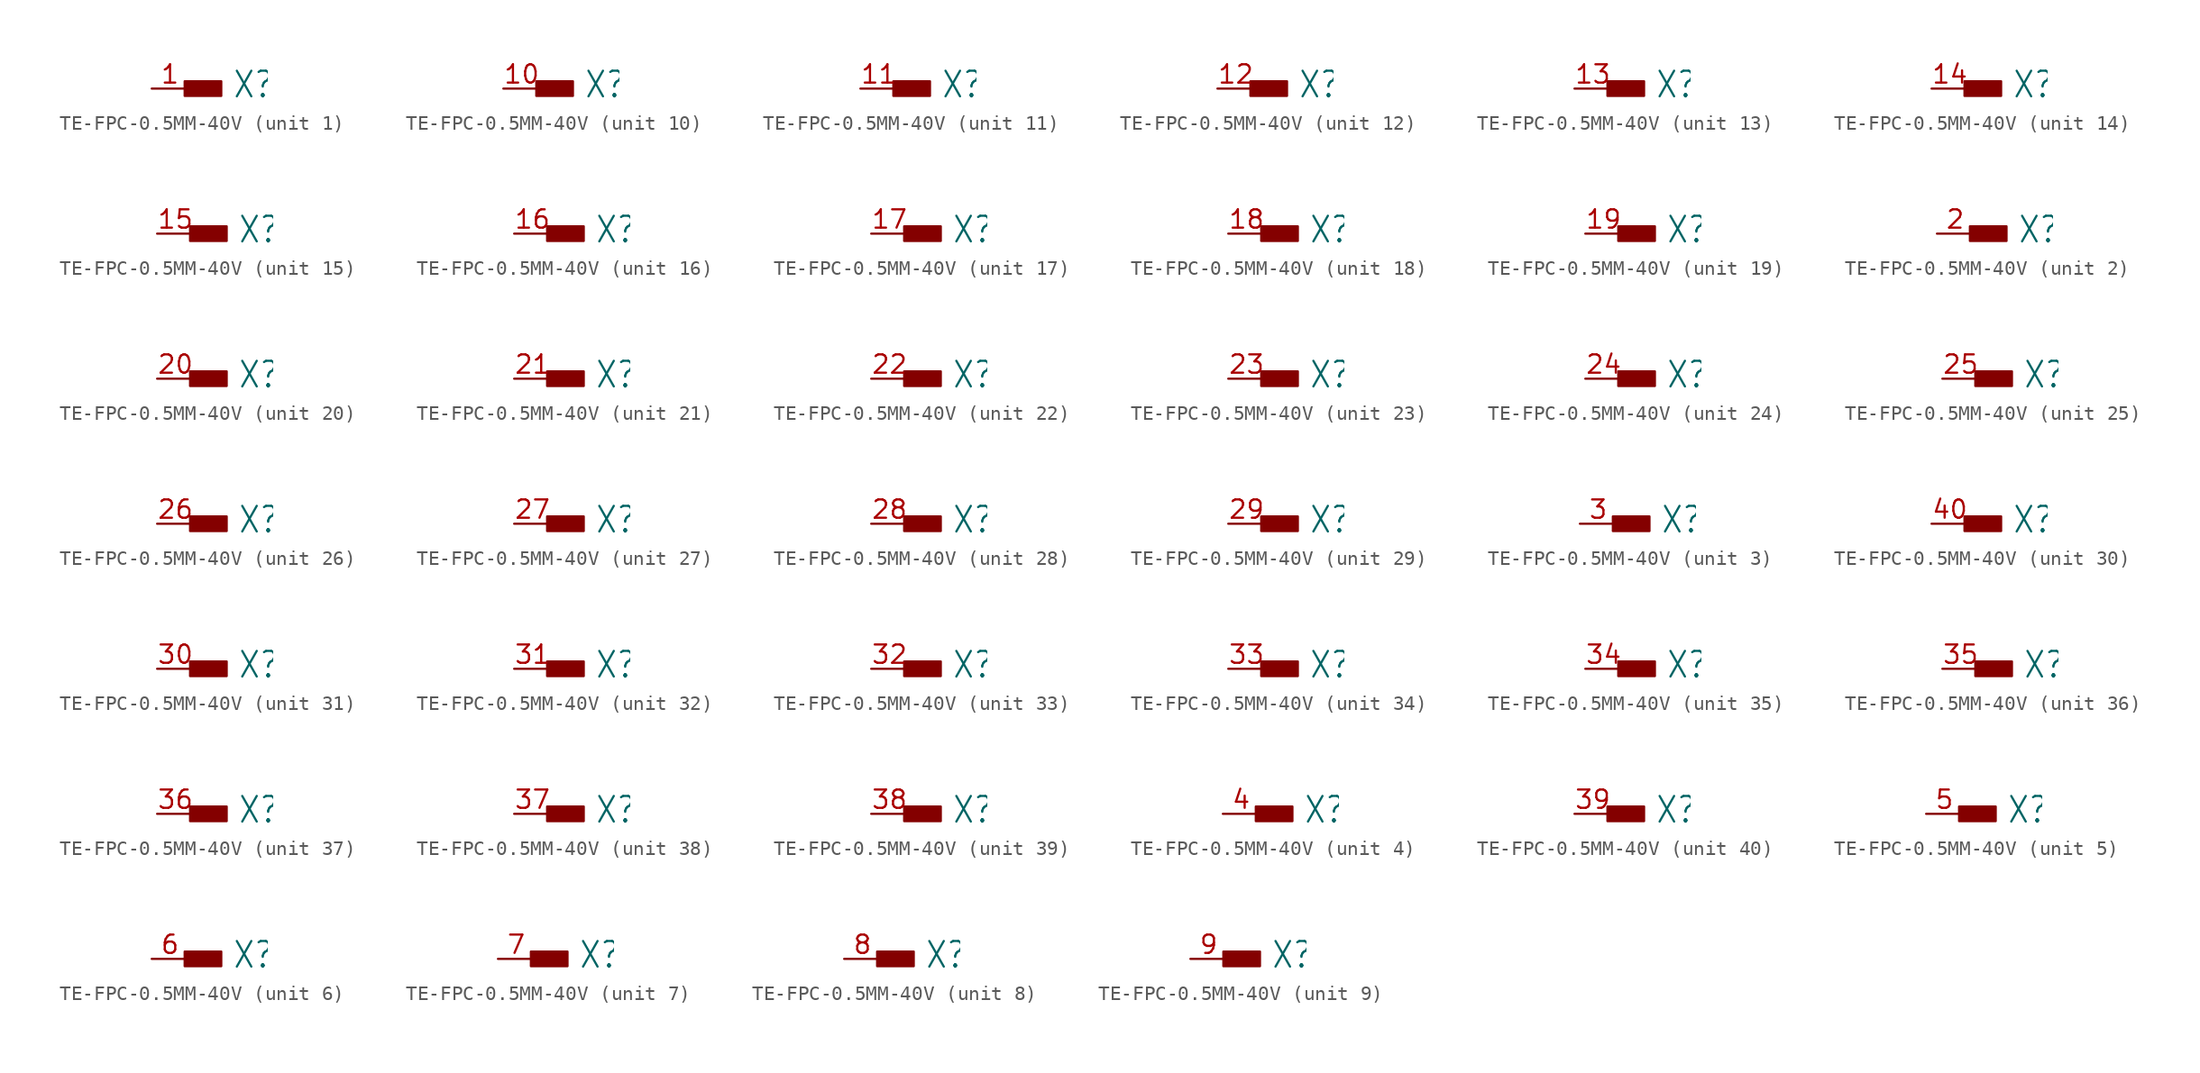
<source format=kicad_sym>
(kicad_symbol_lib
  (version 20231120)
  (generator "kicad_symbol_editor")
  (generator_version "8.0")
  (symbol "TE-FPC-0.5MM-40V"
    (property "Reference" "X"
      (at 5.588 -0.762 0)
      (effects (font (size 1.778 1.511)) (justify left bottom)))
    (property "ki_locked" ""
      (at 0 0 0)
      (effects (font (size 1.27 1.27))))
    (symbol "TE-FPC-0.5MM-40V_1_0"
      (rectangle (start 2.286 -0.508) (end 4.826 0.508) (stroke (width 0) (type default)) (fill (type outline)))
      (pin bidirectional line (at 0 0 0) (length 2.54) (name "-1" (effects (font (size 0 0)))) (number "1" (effects (font (size 1.27 1.27))))))
    (symbol "TE-FPC-0.5MM-40V_2_0"
      (rectangle (start 2.286 -0.508) (end 4.826 0.508) (stroke (width 0) (type default)) (fill (type outline)))
      (pin bidirectional line (at 0 0 0) (length 2.54) (name "-1" (effects (font (size 0 0)))) (number "2" (effects (font (size 1.27 1.27))))))
    (symbol "TE-FPC-0.5MM-40V_3_0"
      (rectangle (start 2.286 -0.508) (end 4.826 0.508) (stroke (width 0) (type default)) (fill (type outline)))
      (pin bidirectional line (at 0 0 0) (length 2.54) (name "-1" (effects (font (size 0 0)))) (number "3" (effects (font (size 1.27 1.27))))))
    (symbol "TE-FPC-0.5MM-40V_4_0"
      (rectangle (start 2.286 -0.508) (end 4.826 0.508) (stroke (width 0) (type default)) (fill (type outline)))
      (pin bidirectional line (at 0 0 0) (length 2.54) (name "-1" (effects (font (size 0 0)))) (number "4" (effects (font (size 1.27 1.27))))))
    (symbol "TE-FPC-0.5MM-40V_5_0"
      (rectangle (start 2.286 -0.508) (end 4.826 0.508) (stroke (width 0) (type default)) (fill (type outline)))
      (pin bidirectional line (at 0 0 0) (length 2.54) (name "-1" (effects (font (size 0 0)))) (number "5" (effects (font (size 1.27 1.27))))))
    (symbol "TE-FPC-0.5MM-40V_6_0"
      (rectangle (start 2.286 -0.508) (end 4.826 0.508) (stroke (width 0) (type default)) (fill (type outline)))
      (pin bidirectional line (at 0 0 0) (length 2.54) (name "-1" (effects (font (size 0 0)))) (number "6" (effects (font (size 1.27 1.27))))))
    (symbol "TE-FPC-0.5MM-40V_7_0"
      (rectangle (start 2.286 -0.508) (end 4.826 0.508) (stroke (width 0) (type default)) (fill (type outline)))
      (pin bidirectional line (at 0 0 0) (length 2.54) (name "-1" (effects (font (size 0 0)))) (number "7" (effects (font (size 1.27 1.27))))))
    (symbol "TE-FPC-0.5MM-40V_8_0"
      (rectangle (start 2.286 -0.508) (end 4.826 0.508) (stroke (width 0) (type default)) (fill (type outline)))
      (pin bidirectional line (at 0 0 0) (length 2.54) (name "-1" (effects (font (size 0 0)))) (number "8" (effects (font (size 1.27 1.27))))))
    (symbol "TE-FPC-0.5MM-40V_9_0"
      (rectangle (start 2.286 -0.508) (end 4.826 0.508) (stroke (width 0) (type default)) (fill (type outline)))
      (pin bidirectional line (at 0 0 0) (length 2.54) (name "-1" (effects (font (size 0 0)))) (number "9" (effects (font (size 1.27 1.27))))))
    (symbol "TE-FPC-0.5MM-40V_10_0"
      (rectangle (start 2.286 -0.508) (end 4.826 0.508) (stroke (width 0) (type default)) (fill (type outline)))
      (pin bidirectional line (at 0 0 0) (length 2.54) (name "-1" (effects (font (size 0 0)))) (number "10" (effects (font (size 1.27 1.27))))))
    (symbol "TE-FPC-0.5MM-40V_11_0"
      (rectangle (start 2.286 -0.508) (end 4.826 0.508) (stroke (width 0) (type default)) (fill (type outline)))
      (pin bidirectional line (at 0 0 0) (length 2.54) (name "-1" (effects (font (size 0 0)))) (number "11" (effects (font (size 1.27 1.27))))))
    (symbol "TE-FPC-0.5MM-40V_12_0"
      (rectangle (start 2.286 -0.508) (end 4.826 0.508) (stroke (width 0) (type default)) (fill (type outline)))
      (pin bidirectional line (at 0 0 0) (length 2.54) (name "-1" (effects (font (size 0 0)))) (number "12" (effects (font (size 1.27 1.27))))))
    (symbol "TE-FPC-0.5MM-40V_13_0"
      (rectangle (start 2.286 -0.508) (end 4.826 0.508) (stroke (width 0) (type default)) (fill (type outline)))
      (pin bidirectional line (at 0 0 0) (length 2.54) (name "-1" (effects (font (size 0 0)))) (number "13" (effects (font (size 1.27 1.27))))))
    (symbol "TE-FPC-0.5MM-40V_14_0"
      (rectangle (start 2.286 -0.508) (end 4.826 0.508) (stroke (width 0) (type default)) (fill (type outline)))
      (pin bidirectional line (at 0 0 0) (length 2.54) (name "-1" (effects (font (size 0 0)))) (number "14" (effects (font (size 1.27 1.27))))))
    (symbol "TE-FPC-0.5MM-40V_15_0"
      (rectangle (start 2.286 -0.508) (end 4.826 0.508) (stroke (width 0) (type default)) (fill (type outline)))
      (pin bidirectional line (at 0 0 0) (length 2.54) (name "-1" (effects (font (size 0 0)))) (number "15" (effects (font (size 1.27 1.27))))))
    (symbol "TE-FPC-0.5MM-40V_16_0"
      (rectangle (start 2.286 -0.508) (end 4.826 0.508) (stroke (width 0) (type default)) (fill (type outline)))
      (pin bidirectional line (at 0 0 0) (length 2.54) (name "-1" (effects (font (size 0 0)))) (number "16" (effects (font (size 1.27 1.27))))))
    (symbol "TE-FPC-0.5MM-40V_17_0"
      (rectangle (start 2.286 -0.508) (end 4.826 0.508) (stroke (width 0) (type default)) (fill (type outline)))
      (pin bidirectional line (at 0 0 0) (length 2.54) (name "-1" (effects (font (size 0 0)))) (number "17" (effects (font (size 1.27 1.27))))))
    (symbol "TE-FPC-0.5MM-40V_18_0"
      (rectangle (start 2.286 -0.508) (end 4.826 0.508) (stroke (width 0) (type default)) (fill (type outline)))
      (pin bidirectional line (at 0 0 0) (length 2.54) (name "-1" (effects (font (size 0 0)))) (number "18" (effects (font (size 1.27 1.27))))))
    (symbol "TE-FPC-0.5MM-40V_19_0"
      (rectangle (start 2.286 -0.508) (end 4.826 0.508) (stroke (width 0) (type default)) (fill (type outline)))
      (pin bidirectional line (at 0 0 0) (length 2.54) (name "-1" (effects (font (size 0 0)))) (number "19" (effects (font (size 1.27 1.27))))))
    (symbol "TE-FPC-0.5MM-40V_20_0"
      (rectangle (start 2.286 -0.508) (end 4.826 0.508) (stroke (width 0) (type default)) (fill (type outline)))
      (pin bidirectional line (at 0 0 0) (length 2.54) (name "-1" (effects (font (size 0 0)))) (number "20" (effects (font (size 1.27 1.27))))))
    (symbol "TE-FPC-0.5MM-40V_21_0"
      (rectangle (start 2.286 -0.508) (end 4.826 0.508) (stroke (width 0) (type default)) (fill (type outline)))
      (pin bidirectional line (at 0 0 0) (length 2.54) (name "-1" (effects (font (size 0 0)))) (number "21" (effects (font (size 1.27 1.27))))))
    (symbol "TE-FPC-0.5MM-40V_22_0"
      (rectangle (start 2.286 -0.508) (end 4.826 0.508) (stroke (width 0) (type default)) (fill (type outline)))
      (pin bidirectional line (at 0 0 0) (length 2.54) (name "-1" (effects (font (size 0 0)))) (number "22" (effects (font (size 1.27 1.27))))))
    (symbol "TE-FPC-0.5MM-40V_23_0"
      (rectangle (start 2.286 -0.508) (end 4.826 0.508) (stroke (width 0) (type default)) (fill (type outline)))
      (pin bidirectional line (at 0 0 0) (length 2.54) (name "-1" (effects (font (size 0 0)))) (number "23" (effects (font (size 1.27 1.27))))))
    (symbol "TE-FPC-0.5MM-40V_24_0"
      (rectangle (start 2.286 -0.508) (end 4.826 0.508) (stroke (width 0) (type default)) (fill (type outline)))
      (pin bidirectional line (at 0 0 0) (length 2.54) (name "-1" (effects (font (size 0 0)))) (number "24" (effects (font (size 1.27 1.27))))))
    (symbol "TE-FPC-0.5MM-40V_25_0"
      (rectangle (start 2.286 -0.508) (end 4.826 0.508) (stroke (width 0) (type default)) (fill (type outline)))
      (pin bidirectional line (at 0 0 0) (length 2.54) (name "-1" (effects (font (size 0 0)))) (number "25" (effects (font (size 1.27 1.27))))))
    (symbol "TE-FPC-0.5MM-40V_26_0"
      (rectangle (start 2.286 -0.508) (end 4.826 0.508) (stroke (width 0) (type default)) (fill (type outline)))
      (pin bidirectional line (at 0 0 0) (length 2.54) (name "-1" (effects (font (size 0 0)))) (number "26" (effects (font (size 1.27 1.27))))))
    (symbol "TE-FPC-0.5MM-40V_27_0"
      (rectangle (start 2.286 -0.508) (end 4.826 0.508) (stroke (width 0) (type default)) (fill (type outline)))
      (pin bidirectional line (at 0 0 0) (length 2.54) (name "-1" (effects (font (size 0 0)))) (number "27" (effects (font (size 1.27 1.27))))))
    (symbol "TE-FPC-0.5MM-40V_28_0"
      (rectangle (start 2.286 -0.508) (end 4.826 0.508) (stroke (width 0) (type default)) (fill (type outline)))
      (pin bidirectional line (at 0 0 0) (length 2.54) (name "-1" (effects (font (size 0 0)))) (number "28" (effects (font (size 1.27 1.27))))))
    (symbol "TE-FPC-0.5MM-40V_29_0"
      (rectangle (start 2.286 -0.508) (end 4.826 0.508) (stroke (width 0) (type default)) (fill (type outline)))
      (pin bidirectional line (at 0 0 0) (length 2.54) (name "-1" (effects (font (size 0 0)))) (number "29" (effects (font (size 1.27 1.27))))))
    (symbol "TE-FPC-0.5MM-40V_30_0"
      (rectangle (start 2.286 -0.508) (end 4.826 0.508) (stroke (width 0) (type default)) (fill (type outline)))
      (pin bidirectional line (at 0 0 0) (length 2.54) (name "-1" (effects (font (size 0 0)))) (number "40" (effects (font (size 1.27 1.27))))))
    (symbol "TE-FPC-0.5MM-40V_31_0"
      (rectangle (start 2.286 -0.508) (end 4.826 0.508) (stroke (width 0) (type default)) (fill (type outline)))
      (pin bidirectional line (at 0 0 0) (length 2.54) (name "-1" (effects (font (size 0 0)))) (number "30" (effects (font (size 1.27 1.27))))))
    (symbol "TE-FPC-0.5MM-40V_32_0"
      (rectangle (start 2.286 -0.508) (end 4.826 0.508) (stroke (width 0) (type default)) (fill (type outline)))
      (pin bidirectional line (at 0 0 0) (length 2.54) (name "-1" (effects (font (size 0 0)))) (number "31" (effects (font (size 1.27 1.27))))))
    (symbol "TE-FPC-0.5MM-40V_33_0"
      (rectangle (start 2.286 -0.508) (end 4.826 0.508) (stroke (width 0) (type default)) (fill (type outline)))
      (pin bidirectional line (at 0 0 0) (length 2.54) (name "-1" (effects (font (size 0 0)))) (number "32" (effects (font (size 1.27 1.27))))))
    (symbol "TE-FPC-0.5MM-40V_34_0"
      (rectangle (start 2.286 -0.508) (end 4.826 0.508) (stroke (width 0) (type default)) (fill (type outline)))
      (pin bidirectional line (at 0 0 0) (length 2.54) (name "-1" (effects (font (size 0 0)))) (number "33" (effects (font (size 1.27 1.27))))))
    (symbol "TE-FPC-0.5MM-40V_35_0"
      (rectangle (start 2.286 -0.508) (end 4.826 0.508) (stroke (width 0) (type default)) (fill (type outline)))
      (pin bidirectional line (at 0 0 0) (length 2.54) (name "-1" (effects (font (size 0 0)))) (number "34" (effects (font (size 1.27 1.27))))))
    (symbol "TE-FPC-0.5MM-40V_36_0"
      (rectangle (start 2.286 -0.508) (end 4.826 0.508) (stroke (width 0) (type default)) (fill (type outline)))
      (pin bidirectional line (at 0 0 0) (length 2.54) (name "-1" (effects (font (size 0 0)))) (number "35" (effects (font (size 1.27 1.27))))))
    (symbol "TE-FPC-0.5MM-40V_37_0"
      (rectangle (start 2.286 -0.508) (end 4.826 0.508) (stroke (width 0) (type default)) (fill (type outline)))
      (pin bidirectional line (at 0 0 0) (length 2.54) (name "-1" (effects (font (size 0 0)))) (number "36" (effects (font (size 1.27 1.27))))))
    (symbol "TE-FPC-0.5MM-40V_38_0"
      (rectangle (start 2.286 -0.508) (end 4.826 0.508) (stroke (width 0) (type default)) (fill (type outline)))
      (pin bidirectional line (at 0 0 0) (length 2.54) (name "-1" (effects (font (size 0 0)))) (number "37" (effects (font (size 1.27 1.27))))))
    (symbol "TE-FPC-0.5MM-40V_39_0"
      (rectangle (start 2.286 -0.508) (end 4.826 0.508) (stroke (width 0) (type default)) (fill (type outline)))
      (pin bidirectional line (at 0 0 0) (length 2.54) (name "-1" (effects (font (size 0 0)))) (number "38" (effects (font (size 1.27 1.27))))))
    (symbol "TE-FPC-0.5MM-40V_40_0"
      (rectangle (start 2.286 -0.508) (end 4.826 0.508) (stroke (width 0) (type default)) (fill (type outline)))
      (pin bidirectional line (at 0 0 0) (length 2.54) (name "-1" (effects (font (size 0 0)))) (number "39" (effects (font (size 1.27 1.27))))))))
</source>
